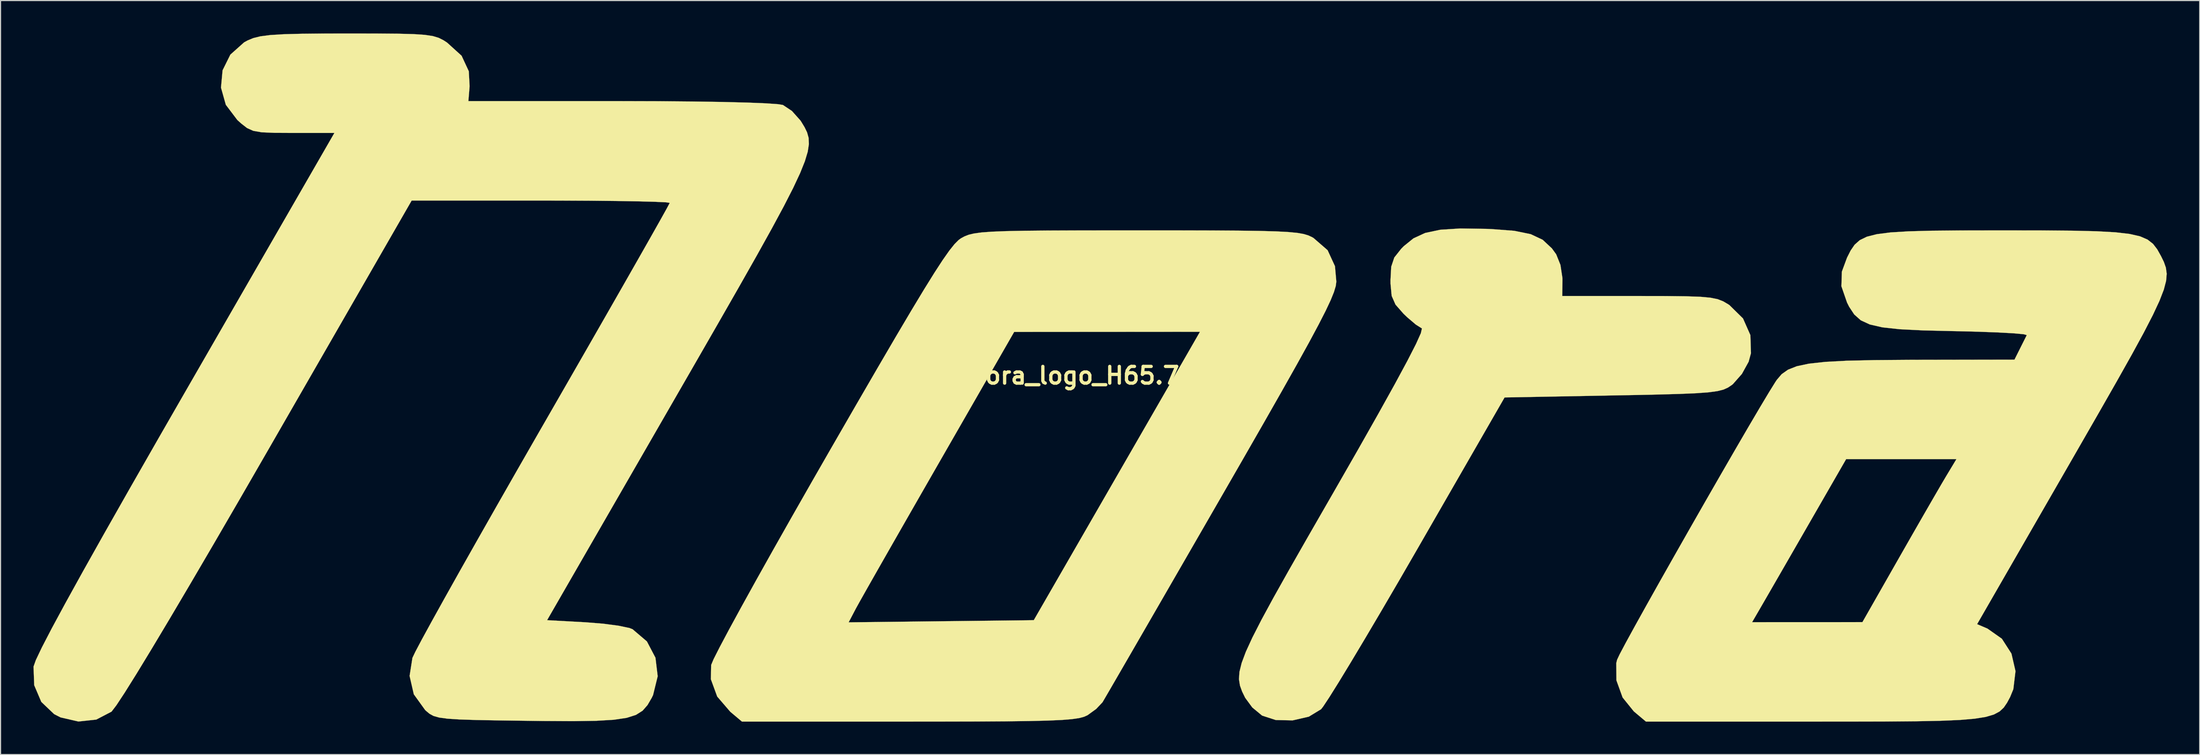
<source format=kicad_pcb>
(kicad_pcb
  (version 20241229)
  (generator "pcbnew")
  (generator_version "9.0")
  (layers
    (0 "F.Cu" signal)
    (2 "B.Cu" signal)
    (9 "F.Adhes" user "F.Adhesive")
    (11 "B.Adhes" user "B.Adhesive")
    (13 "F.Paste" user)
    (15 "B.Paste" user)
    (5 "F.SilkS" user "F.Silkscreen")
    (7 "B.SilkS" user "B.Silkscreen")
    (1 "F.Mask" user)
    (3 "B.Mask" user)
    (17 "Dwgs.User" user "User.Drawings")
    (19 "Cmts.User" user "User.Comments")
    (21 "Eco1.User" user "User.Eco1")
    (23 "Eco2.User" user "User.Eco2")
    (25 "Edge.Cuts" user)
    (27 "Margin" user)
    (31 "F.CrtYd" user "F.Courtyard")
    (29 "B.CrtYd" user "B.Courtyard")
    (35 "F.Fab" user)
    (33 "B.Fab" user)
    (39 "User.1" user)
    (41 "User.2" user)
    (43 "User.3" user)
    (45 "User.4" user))
  (footprint "Nora_logo_H65.7mm"
    (layer "F.Cu")
    (at 96.797 31.21)
    (property "Reference" "Nora_logo_H65.7mm" (at 0 0 0) (layer "F.SilkS") (effects (font (size 1.524 1.524) (thickness 0.3))))
    (attr through_hole)
    (fp_poly (pts (xy 35.58 -13.383) (xy 36.062 -13.363) (xy 38.127 -13.205) (xy 39.626 -12.899) (xy 40.717 -12.385) (xy 41.556 -11.602) (xy 41.948 -11.061) (xy 42.336 -10.093) (xy 42.518 -8.892) (xy 42.52 -8.707) (xy 42.5 -7.257) (xy 49.499 -7.257) (xy 51.93 -7.253) (xy 53.749 -7.233) (xy 55.069 -7.187) (xy 56.003 -7.102) (xy 56.664 -6.967) (xy 57.166 -6.77) (xy 57.622 -6.501) (xy 57.731 -6.429) (xy 58.97 -5.21) (xy 59.644 -3.686) (xy 59.694 -2.035) (xy 59.483 -1.26) (xy 58.869 -0.148) (xy 58.051 0.78) (xy 57.94 0.868) (xy 57.598 1.097) (xy 57.197 1.278) (xy 56.647 1.418) (xy 55.86 1.526) (xy 54.746 1.609) (xy 53.215 1.675) (xy 51.18 1.732) (xy 48.549 1.787) (xy 47.083 1.814) (xy 37.248 1.996) (xy 29.32 15.784) (xy 27.633 18.704) (xy 26.029 21.453) (xy 24.55 23.96) (xy 23.237 26.158) (xy 22.132 27.977) (xy 21.276 29.347) (xy 20.712 30.2) (xy 20.525 30.439) (xy 19.409 31.118) (xy 17.933 31.457) (xy 16.395 31.424) (xy 15.154 31.021) (xy 14.257 30.278) (xy 13.612 29.4) (xy 13.331 28.827) (xy 13.134 28.281) (xy 13.044 27.702) (xy 13.087 27.034) (xy 13.289 26.216) (xy 13.673 25.19) (xy 14.266 23.898) (xy 15.092 22.281) (xy 16.177 20.281) (xy 17.546 17.838) (xy 19.223 14.895) (xy 21.235 11.393) (xy 21.625 10.715) (xy 23.868 6.799) (xy 25.738 3.492) (xy 27.243 0.782) (xy 28.387 -1.34) (xy 29.177 -2.886) (xy 29.617 -3.866) (xy 29.715 -4.292) (xy 29.695 -4.311) (xy 29.156 -4.652) (xy 28.369 -5.321) (xy 28.031 -5.646) (xy 27.307 -6.472) (xy 26.957 -7.269) (xy 26.854 -8.373) (xy 26.851 -8.709) (xy 26.916 -9.93) (xy 27.197 -10.77) (xy 27.827 -11.566) (xy 28.053 -11.797) (xy 28.941 -12.516) (xy 30.01 -13.01) (xy 31.387 -13.302) (xy 33.201 -13.418) (xy 35.58 -13.383)) (stroke (width 0.01) (type solid)) (fill yes) (layer "F.SilkS"))
    (fp_poly (pts (xy 7.501 -13.243) (xy 10.536 -13.236) (xy 12.987 -13.221) (xy 14.925 -13.194) (xy 16.418 -13.153) (xy 17.54 -13.094) (xy 18.359 -13.015) (xy 18.946 -12.912) (xy 19.373 -12.782) (xy 19.709 -12.623) (xy 19.838 -12.548) (xy 21.121 -11.434) (xy 21.791 -9.978) (xy 21.916 -8.563) (xy 21.861 -8.16) (xy 21.698 -7.615) (xy 21.4 -6.878) (xy 20.94 -5.901) (xy 20.292 -4.633) (xy 19.431 -3.025) (xy 18.329 -1.03) (xy 16.96 1.404) (xy 15.299 4.325) (xy 13.318 7.782) (xy 11.428 11.067) (xy 9.507 14.402) (xy 7.687 17.559) (xy 6.003 20.48) (xy 4.487 23.107) (xy 3.173 25.383) (xy 2.094 27.249) (xy 1.284 28.648) (xy 0.776 29.521) (xy 0.61 29.803) (xy 0.037 30.411) (xy -0.752 30.982) (xy -1.068 31.127) (xy -1.521 31.247) (xy -2.18 31.343) (xy -3.112 31.419) (xy -4.383 31.476) (xy -6.063 31.516) (xy -8.218 31.544) (xy -10.915 31.56) (xy -14.222 31.567) (xy -16.992 31.569) (xy -32.239 31.569) (xy -33.308 30.669) (xy -34.497 29.284) (xy -35.073 27.709) (xy -35.049 26.404) (xy -34.83 25.879) (xy -34.278 24.787) (xy -33.428 23.186) (xy -33.06 22.511) (xy -22.521 22.511) (xy -14.088 22.413) (xy -5.654 22.316) (xy 0.823 11.067) (xy 2.372 8.376) (xy 3.851 5.807) (xy 5.21 3.447) (xy 6.398 1.383) (xy 7.365 -0.297) (xy 8.061 -1.507) (xy 8.394 -2.086) (xy 9.488 -3.991) (xy -7.439 -3.98) (xy -14.333 8.032) (xy -15.904 10.773) (xy -17.384 13.359) (xy -18.728 15.713) (xy -19.892 17.756) (xy -20.831 19.411) (xy -21.501 20.601) (xy -21.858 21.246) (xy -21.874 21.277) (xy -22.521 22.511) (xy -33.06 22.511) (xy -32.311 21.135) (xy -30.962 18.695) (xy -29.412 15.925) (xy -27.694 12.885) (xy -25.842 9.633) (xy -24.167 6.713) (xy -21.865 2.719) (xy -19.89 -0.689) (xy -18.216 -3.556) (xy -16.812 -5.93) (xy -15.652 -7.855) (xy -14.707 -9.377) (xy -13.948 -10.544) (xy -13.347 -11.399) (xy -12.876 -11.99) (xy -12.506 -12.363) (xy -12.292 -12.519) (xy -11.96 -12.698) (xy -11.583 -12.846) (xy -11.088 -12.964) (xy -10.406 -13.056) (xy -9.465 -13.125) (xy -8.194 -13.175) (xy -6.522 -13.209) (xy -4.377 -13.23) (xy -1.69 -13.24) (xy 1.61 -13.244) (xy 3.81 -13.244) (xy 7.501 -13.243)) (stroke (width 0.01) (type solid)) (fill yes) (layer "F.SilkS"))
    (fp_poly (pts (xy 86.169 -13.24) (xy 88.957 -13.217) (xy 91.172 -13.165) (xy 92.891 -13.07) (xy 94.19 -12.92) (xy 95.145 -12.702) (xy 95.832 -12.404) (xy 96.329 -12.014) (xy 96.711 -11.518) (xy 97.054 -10.905) (xy 97.058 -10.898) (xy 97.32 -10.361) (xy 97.501 -9.844) (xy 97.577 -9.289) (xy 97.522 -8.639) (xy 97.312 -7.835) (xy 96.919 -6.818) (xy 96.32 -5.532) (xy 95.489 -3.918) (xy 94.4 -1.918) (xy 93.028 0.526) (xy 91.347 3.473) (xy 89.333 6.98) (xy 88.955 7.638) (xy 80.301 22.679) (xy 81.244 23.083) (xy 82.558 24.009) (xy 83.43 25.365) (xy 83.799 26.963) (xy 83.602 28.613) (xy 83.31 29.325) (xy 83.029 29.849) (xy 82.732 30.285) (xy 82.353 30.64) (xy 81.827 30.922) (xy 81.088 31.141) (xy 80.07 31.303) (xy 78.707 31.419) (xy 76.933 31.494) (xy 74.682 31.539) (xy 71.889 31.561) (xy 68.488 31.568) (xy 65.36 31.569) (xy 50.13 31.569) (xy 49.02 30.635) (xy 48 29.37) (xy 47.437 27.812) (xy 47.422 26.234) (xy 47.497 25.924) (xy 47.729 25.43) (xy 48.278 24.393) (xy 49.095 22.899) (xy 49.318 22.497) (xy 59.8 22.497) (xy 64.825 22.495) (xy 69.85 22.493) (xy 73.205 16.599) (xy 74.339 14.612) (xy 75.416 12.734) (xy 76.358 11.1) (xy 77.087 9.844) (xy 77.49 9.162) (xy 78.418 7.62) (xy 68.37 7.62) (xy 64.77 13.879) (xy 63.617 15.884) (xy 62.545 17.747) (xy 61.622 19.348) (xy 60.918 20.569) (xy 60.502 21.288) (xy 60.485 21.318) (xy 59.8 22.497) (xy 49.318 22.497) (xy 50.131 21.033) (xy 51.338 18.879) (xy 52.669 16.523) (xy 54.073 14.05) (xy 55.503 11.544) (xy 56.911 9.092) (xy 58.248 6.776) (xy 59.465 4.684) (xy 60.515 2.899) (xy 61.348 1.507) (xy 61.916 0.592) (xy 62.049 0.393) (xy 62.489 -0.124) (xy 63.07 -0.535) (xy 63.873 -0.852) (xy 64.98 -1.086) (xy 66.473 -1.249) (xy 68.433 -1.354) (xy 70.943 -1.411) (xy 74.085 -1.434) (xy 74.6 -1.436) (xy 83.704 -1.451) (xy 84.204 -2.449) (xy 84.596 -3.232) (xy 84.827 -3.691) (xy 84.523 -3.773) (xy 83.602 -3.856) (xy 82.174 -3.934) (xy 80.349 -4.001) (xy 78.235 -4.052) (xy 78.126 -4.054) (xy 75.384 -4.119) (xy 73.269 -4.224) (xy 71.682 -4.395) (xy 70.524 -4.66) (xy 69.697 -5.044) (xy 69.102 -5.575) (xy 68.639 -6.279) (xy 68.448 -6.661) (xy 67.936 -8.143) (xy 67.979 -9.485) (xy 68.448 -10.756) (xy 68.778 -11.408) (xy 69.138 -11.934) (xy 69.604 -12.349) (xy 70.253 -12.666) (xy 71.16 -12.897) (xy 72.401 -13.057) (xy 74.054 -13.158) (xy 76.193 -13.215) (xy 78.896 -13.239) (xy 82.238 -13.244) (xy 82.731 -13.244) (xy 86.169 -13.24)) (stroke (width 0.01) (type solid)) (fill yes) (layer "F.SilkS"))
    (fp_poly (pts (xy -65.594 -31.202) (xy -63.628 -31.187) (xy -62.178 -31.149) (xy -61.138 -31.08) (xy -60.405 -30.969) (xy -59.872 -30.808) (xy -59.435 -30.586) (xy -59.114 -30.378) (xy -57.789 -29.176) (xy -57.133 -27.764) (xy -57.058 -26.398) (xy -57.169 -25.037) (xy -43.304 -25.037) (xy -39.854 -25.028) (xy -36.734 -25.001) (xy -34.012 -24.959) (xy -31.757 -24.902) (xy -30.036 -24.833) (xy -28.919 -24.753) (xy -28.508 -24.683) (xy -27.692 -24.139) (xy -26.918 -23.272) (xy -26.831 -23.141) (xy -26.536 -22.655) (xy -26.309 -22.187) (xy -26.17 -21.691) (xy -26.143 -21.118) (xy -26.248 -20.422) (xy -26.508 -19.553) (xy -26.944 -18.465) (xy -27.578 -17.109) (xy -28.432 -15.438) (xy -29.527 -13.404) (xy -30.885 -10.959) (xy -32.528 -8.056) (xy -34.478 -4.646) (xy -36.756 -0.682) (xy -38.193 1.814) (xy -49.998 22.316) (xy -46.498 22.507) (xy -44.89 22.635) (xy -43.486 22.82) (xy -42.494 23.03) (xy -42.21 23.14) (xy -40.903 24.254) (xy -40.123 25.741) (xy -39.92 27.429) (xy -40.341 29.146) (xy -40.465 29.403) (xy -40.848 30.061) (xy -41.296 30.573) (xy -41.899 30.955) (xy -42.744 31.225) (xy -43.92 31.4) (xy -45.517 31.495) (xy -47.624 31.527) (xy -50.329 31.513) (xy -51.696 31.496) (xy -54.39 31.46) (xy -56.453 31.422) (xy -57.984 31.372) (xy -59.078 31.301) (xy -59.832 31.198) (xy -60.343 31.054) (xy -60.705 30.857) (xy -61.016 30.598) (xy -61.113 30.507) (xy -62.142 29.076) (xy -62.526 27.402) (xy -62.268 25.754) (xy -62.006 25.203) (xy -61.414 24.082) (xy -60.522 22.448) (xy -59.364 20.36) (xy -57.972 17.873) (xy -56.377 15.048) (xy -54.613 11.94) (xy -52.712 8.607) (xy -50.706 5.108) (xy -50.31 4.421) (xy -48.307 0.935) (xy -46.414 -2.364) (xy -44.663 -5.423) (xy -43.084 -8.187) (xy -41.708 -10.604) (xy -40.564 -12.62) (xy -39.684 -14.181) (xy -39.098 -15.234) (xy -38.837 -15.725) (xy -38.826 -15.753) (xy -39.174 -15.805) (xy -40.163 -15.851) (xy -41.707 -15.892) (xy -43.721 -15.926) (xy -46.119 -15.95) (xy -48.816 -15.963) (xy -50.581 -15.966) (xy -62.336 -15.966) (xy -75.479 6.898) (xy -78.021 11.306) (xy -80.367 15.348) (xy -82.499 18.992) (xy -84.395 22.204) (xy -86.038 24.952) (xy -87.406 27.203) (xy -88.481 28.923) (xy -89.242 30.08) (xy -89.67 30.641) (xy -89.696 30.665) (xy -91.075 31.384) (xy -92.702 31.56) (xy -94.333 31.183) (xy -94.916 30.884) (xy -96.083 29.771) (xy -96.729 28.253) (xy -96.792 26.552) (xy -96.582 25.957) (xy -96.032 24.801) (xy -95.139 23.077) (xy -93.897 20.777) (xy -92.304 17.892) (xy -90.354 14.416) (xy -88.043 10.34) (xy -85.367 5.656) (xy -82.992 1.522) (xy -69.377 -22.134) (xy -73.157 -22.134) (xy -74.853 -22.142) (xy -75.999 -22.191) (xy -76.767 -22.323) (xy -77.334 -22.578) (xy -77.873 -22.997) (xy -78.223 -23.314) (xy -79.271 -24.701) (xy -79.711 -26.267) (xy -79.566 -27.847) (xy -78.857 -29.278) (xy -77.604 -30.397) (xy -77.289 -30.57) (xy -76.771 -30.785) (xy -76.124 -30.946) (xy -75.243 -31.061) (xy -74.024 -31.137) (xy -72.362 -31.181) (xy -70.154 -31.202) (xy -68.18 -31.205) (xy -65.594 -31.202)) (stroke (width 0.01) (type solid)) (fill yes) (layer "F.SilkS")))
  (gr_rect
    (start -3 -3)
    (end 197.379 65.784)
    (stroke (width 0.1) (type default))
    (fill no)
    (layer "Edge.Cuts")))
</source>
